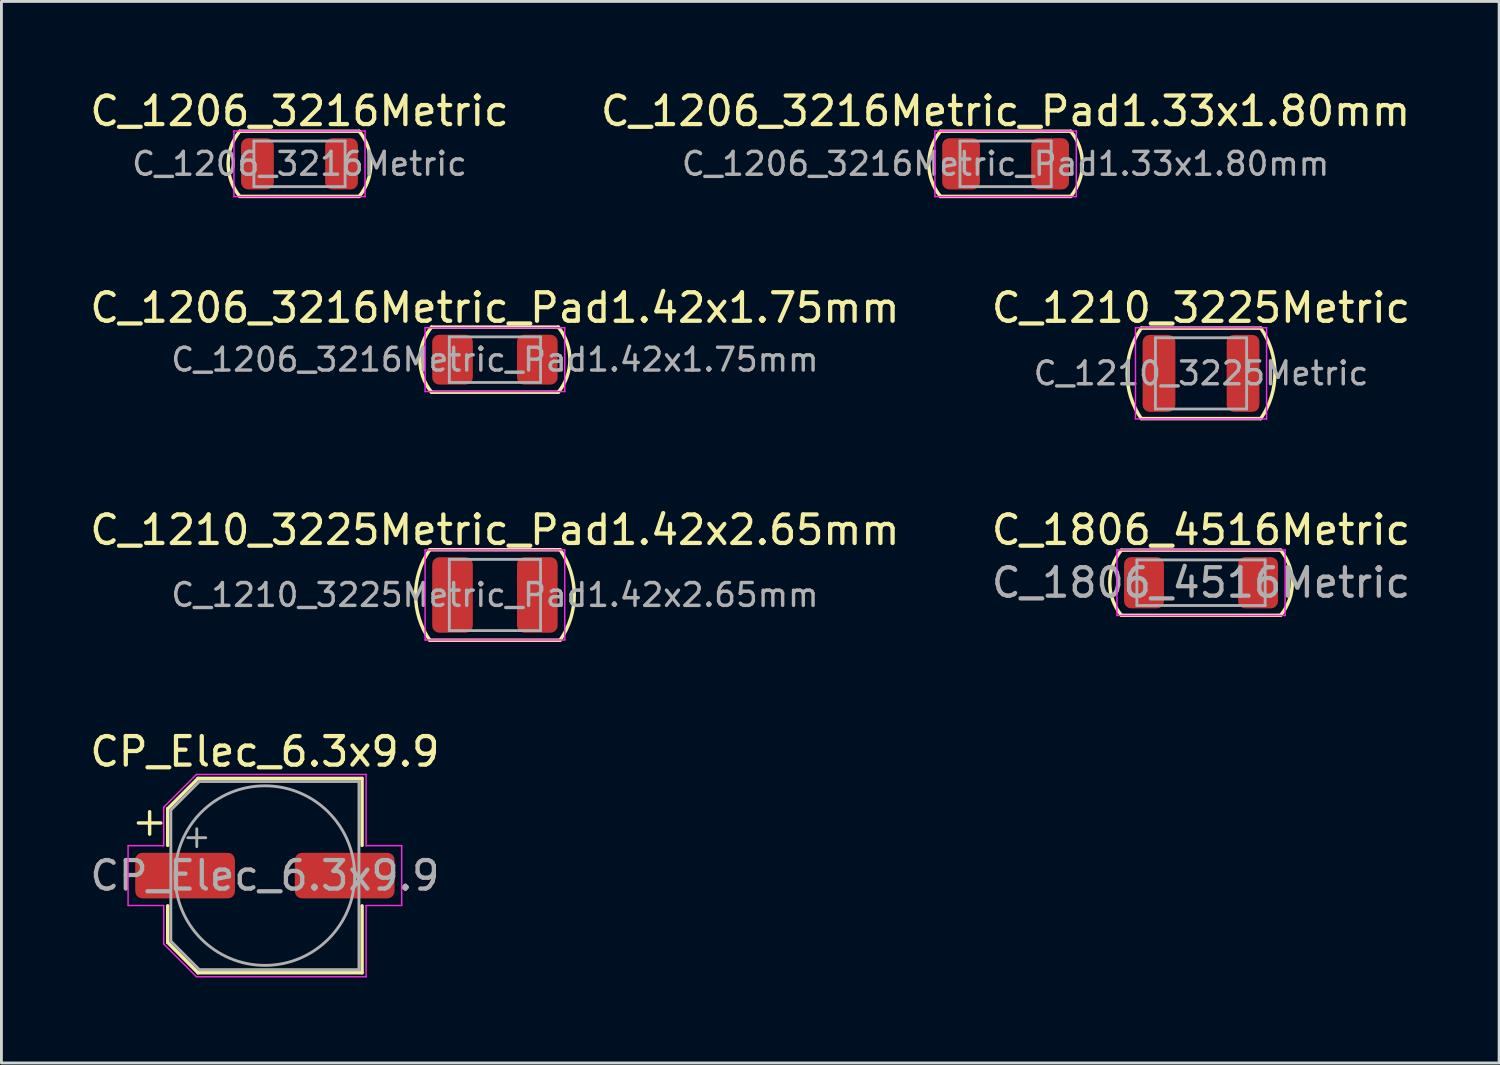
<source format=kicad_pcb>
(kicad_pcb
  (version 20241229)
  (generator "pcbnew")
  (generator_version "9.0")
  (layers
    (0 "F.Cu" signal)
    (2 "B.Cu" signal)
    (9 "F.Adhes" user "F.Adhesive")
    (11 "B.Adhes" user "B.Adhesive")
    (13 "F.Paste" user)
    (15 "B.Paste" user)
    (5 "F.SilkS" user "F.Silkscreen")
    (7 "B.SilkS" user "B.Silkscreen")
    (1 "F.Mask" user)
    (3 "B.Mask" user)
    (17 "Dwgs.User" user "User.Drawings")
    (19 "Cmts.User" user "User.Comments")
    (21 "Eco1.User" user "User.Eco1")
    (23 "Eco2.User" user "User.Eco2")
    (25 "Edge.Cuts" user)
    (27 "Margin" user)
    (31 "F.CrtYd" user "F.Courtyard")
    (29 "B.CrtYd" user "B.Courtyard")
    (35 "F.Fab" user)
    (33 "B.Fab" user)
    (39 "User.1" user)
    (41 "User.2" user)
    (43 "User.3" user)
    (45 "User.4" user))
  (footprint "C_1806_4516Metric"
    (layer "F.Cu")
    (at 39.089 17.395)
    (property "Reference" "C_1806_4516Metric" (at 0 -1.85 0) (layer "F.SilkS") (effects (font (size 1 1) (thickness 0.15))))
    (attr smd)
    (fp_line (start -2.794 1.143) (end 2.794 1.143) (stroke (width 0.12) (type solid)) (layer "F.SilkS"))
    (fp_line (start 2.794 -1.143) (end -2.794 -1.143) (stroke (width 0.12) (type solid)) (layer "F.SilkS"))
    (fp_arc (start -2.794 1.143) (mid -3.202009 0) (end -2.794 -1.143) (stroke (width 0.12) (type solid)) (layer "F.SilkS"))
    (fp_arc (start 2.794 -1.143) (mid 3.202009 0) (end 2.794 1.143) (stroke (width 0.12) (type solid)) (layer "F.SilkS"))
    (fp_line (start -2.95 -1.15) (end 2.95 -1.15) (stroke (width 0.05) (type solid)) (layer "F.CrtYd"))
    (fp_line (start -2.95 1.15) (end -2.95 -1.15) (stroke (width 0.05) (type solid)) (layer "F.CrtYd"))
    (fp_line (start 2.95 -1.15) (end 2.95 1.15) (stroke (width 0.05) (type solid)) (layer "F.CrtYd"))
    (fp_line (start 2.95 1.15) (end -2.95 1.15) (stroke (width 0.05) (type solid)) (layer "F.CrtYd"))
    (fp_line (start -2.25 -0.8) (end 2.25 -0.8) (stroke (width 0.1) (type solid)) (layer "F.Fab"))
    (fp_line (start -2.25 0.8) (end -2.25 -0.8) (stroke (width 0.1) (type solid)) (layer "F.Fab"))
    (fp_line (start 2.25 -0.8) (end 2.25 0.8) (stroke (width 0.1) (type solid)) (layer "F.Fab"))
    (fp_line (start 2.25 0.8) (end -2.25 0.8) (stroke (width 0.1) (type solid)) (layer "F.Fab"))
    (fp_text user "${REFERENCE}" (at 0 0 0) (layer "F.Fab") (effects (font (size 1 1) (thickness 0.15))))
    (pad "1" smd roundrect (at -2 0) (size 1.4 1.8) (layers "F.Cu" "F.Mask" "F.Paste") (roundrect_rratio 0.179))
    (pad "2" smd roundrect (at 2 0) (size 1.4 1.8) (layers "F.Cu" "F.Mask" "F.Paste") (roundrect_rratio 0.179)))
  (footprint "C_1206_3216Metric"
    (layer "F.Cu")
    (at 7.458 2.698)
    (property "Reference" "C_1206_3216Metric" (at 0 -1.85 0) (layer "F.SilkS") (effects (font (size 1 1) (thickness 0.15))))
    (attr smd)
    (fp_line (start -2.095 1.143) (end 2.095 1.143) (stroke (width 0.12) (type solid)) (layer "F.SilkS"))
    (fp_line (start 2.095 -1.143) (end -2.095 -1.143) (stroke (width 0.12) (type solid)) (layer "F.SilkS"))
    (fp_arc (start -2.0955 1.143) (mid -2.503509 0) (end -2.0955 -1.143) (stroke (width 0.12) (type solid)) (layer "F.SilkS"))
    (fp_arc (start 2.0955 -1.143) (mid 2.503509 0) (end 2.0955 1.143) (stroke (width 0.12) (type solid)) (layer "F.SilkS"))
    (fp_line (start -2.3 -1.15) (end 2.3 -1.15) (stroke (width 0.05) (type solid)) (layer "F.CrtYd"))
    (fp_line (start -2.3 1.15) (end -2.3 -1.15) (stroke (width 0.05) (type solid)) (layer "F.CrtYd"))
    (fp_line (start 2.3 -1.15) (end 2.3 1.15) (stroke (width 0.05) (type solid)) (layer "F.CrtYd"))
    (fp_line (start 2.3 1.15) (end -2.3 1.15) (stroke (width 0.05) (type solid)) (layer "F.CrtYd"))
    (fp_line (start -1.6 -0.8) (end 1.6 -0.8) (stroke (width 0.1) (type solid)) (layer "F.Fab"))
    (fp_line (start -1.6 0.8) (end -1.6 -0.8) (stroke (width 0.1) (type solid)) (layer "F.Fab"))
    (fp_line (start 1.6 -0.8) (end 1.6 0.8) (stroke (width 0.1) (type solid)) (layer "F.Fab"))
    (fp_line (start 1.6 0.8) (end -1.6 0.8) (stroke (width 0.1) (type solid)) (layer "F.Fab"))
    (fp_text user "${REFERENCE}" (at 0 0 0) (layer "F.Fab") (effects (font (size 0.8 0.8) (thickness 0.12))))
    (pad "1" smd roundrect (at -1.475 0) (size 1.15 1.8) (layers "F.Cu" "F.Mask" "F.Paste") (roundrect_rratio 0.217))
    (pad "2" smd roundrect (at 1.475 0) (size 1.15 1.8) (layers "F.Cu" "F.Mask" "F.Paste") (roundrect_rratio 0.217)))
  (footprint "C_1210_3225Metric_Pad1.42x2.65mm"
    (layer "F.Cu")
    (at 14.315 17.825)
    (property "Reference" "C_1210_3225Metric_Pad1.42x2.65mm" (at 0 -2.28 0) (layer "F.SilkS") (effects (font (size 1 1) (thickness 0.15))))
    (attr smd)
    (fp_line (start -2.286 1.587) (end 2.286 1.587) (stroke (width 0.12) (type solid)) (layer "F.SilkS"))
    (fp_line (start 2.286 -1.587) (end -2.286 -1.587) (stroke (width 0.12) (type solid)) (layer "F.SilkS"))
    (fp_arc (start -2.286 1.5875) (mid -2.783155 0) (end -2.286 -1.5875) (stroke (width 0.12) (type solid)) (layer "F.SilkS"))
    (fp_arc (start 2.286 -1.5875) (mid 2.783155 0) (end 2.286 1.5875) (stroke (width 0.12) (type solid)) (layer "F.SilkS"))
    (fp_line (start -2.45 -1.58) (end 2.45 -1.58) (stroke (width 0.05) (type solid)) (layer "F.CrtYd"))
    (fp_line (start -2.45 1.58) (end -2.45 -1.58) (stroke (width 0.05) (type solid)) (layer "F.CrtYd"))
    (fp_line (start 2.45 -1.58) (end 2.45 1.58) (stroke (width 0.05) (type solid)) (layer "F.CrtYd"))
    (fp_line (start 2.45 1.58) (end -2.45 1.58) (stroke (width 0.05) (type solid)) (layer "F.CrtYd"))
    (fp_line (start -1.6 -1.25) (end 1.6 -1.25) (stroke (width 0.1) (type solid)) (layer "F.Fab"))
    (fp_line (start -1.6 1.25) (end -1.6 -1.25) (stroke (width 0.1) (type solid)) (layer "F.Fab"))
    (fp_line (start 1.6 -1.25) (end 1.6 1.25) (stroke (width 0.1) (type solid)) (layer "F.Fab"))
    (fp_line (start 1.6 1.25) (end -1.6 1.25) (stroke (width 0.1) (type solid)) (layer "F.Fab"))
    (fp_text user "${REFERENCE}" (at 0 0 0) (layer "F.Fab") (effects (font (size 0.8 0.8) (thickness 0.12))))
    (pad "1" smd roundrect (at -1.488 0) (size 1.425 2.65) (layers "F.Cu" "F.Mask" "F.Paste") (roundrect_rratio 0.175))
    (pad "2" smd roundrect (at 1.488 0) (size 1.425 2.65) (layers "F.Cu" "F.Mask" "F.Paste") (roundrect_rratio 0.175)))
  (footprint "C_1206_3216Metric_Pad1.33x1.80mm"
    (layer "F.Cu")
    (at 32.232 2.698)
    (property "Reference" "C_1206_3216Metric_Pad1.33x1.80mm" (at 0 -1.85 0) (layer "F.SilkS") (effects (font (size 1 1) (thickness 0.15))))
    (attr smd)
    (fp_line (start -2.286 1.143) (end 2.286 1.143) (stroke (width 0.12) (type solid)) (layer "F.SilkS"))
    (fp_line (start 2.286 -1.143) (end -2.286 -1.143) (stroke (width 0.12) (type solid)) (layer "F.SilkS"))
    (fp_arc (start -2.286 1.143) (mid -2.694009 0) (end -2.286 -1.143) (stroke (width 0.12) (type solid)) (layer "F.SilkS"))
    (fp_arc (start 2.286 -1.143) (mid 2.694009 0) (end 2.286 1.143) (stroke (width 0.12) (type solid)) (layer "F.SilkS"))
    (fp_line (start -2.48 -1.15) (end 2.48 -1.15) (stroke (width 0.05) (type solid)) (layer "F.CrtYd"))
    (fp_line (start -2.48 1.15) (end -2.48 -1.15) (stroke (width 0.05) (type solid)) (layer "F.CrtYd"))
    (fp_line (start 2.48 -1.15) (end 2.48 1.15) (stroke (width 0.05) (type solid)) (layer "F.CrtYd"))
    (fp_line (start 2.48 1.15) (end -2.48 1.15) (stroke (width 0.05) (type solid)) (layer "F.CrtYd"))
    (fp_line (start -1.6 -0.8) (end 1.6 -0.8) (stroke (width 0.1) (type solid)) (layer "F.Fab"))
    (fp_line (start -1.6 0.8) (end -1.6 -0.8) (stroke (width 0.1) (type solid)) (layer "F.Fab"))
    (fp_line (start 1.6 -0.8) (end 1.6 0.8) (stroke (width 0.1) (type solid)) (layer "F.Fab"))
    (fp_line (start 1.6 0.8) (end -1.6 0.8) (stroke (width 0.1) (type solid)) (layer "F.Fab"))
    (fp_text user "${REFERENCE}" (at 0 0 0) (layer "F.Fab") (effects (font (size 0.8 0.8) (thickness 0.12))))
    (pad "1" smd roundrect (at -1.562 0) (size 1.325 1.8) (layers "F.Cu" "F.Mask" "F.Paste") (roundrect_rratio 0.189))
    (pad "2" smd roundrect (at 1.562 0) (size 1.325 1.8) (layers "F.Cu" "F.Mask" "F.Paste") (roundrect_rratio 0.189)))
  (footprint "C_1210_3225Metric"
    (layer "F.Cu")
    (at 39.089 10.05)
    (property "Reference" "C_1210_3225Metric" (at 0 -2.3 0) (layer "F.SilkS") (effects (font (size 1 1) (thickness 0.15))))
    (attr smd)
    (fp_line (start -2.095 1.587) (end 2.095 1.587) (stroke (width 0.12) (type solid)) (layer "F.SilkS"))
    (fp_line (start 2.095 -1.587) (end -2.095 -1.587) (stroke (width 0.12) (type solid)) (layer "F.SilkS"))
    (fp_arc (start -2.0955 1.5875) (mid -2.592655 0) (end -2.0955 -1.5875) (stroke (width 0.12) (type solid)) (layer "F.SilkS"))
    (fp_arc (start 2.0955 -1.5875) (mid 2.592655 0) (end 2.0955 1.5875) (stroke (width 0.12) (type solid)) (layer "F.SilkS"))
    (fp_line (start -2.3 -1.6) (end 2.3 -1.6) (stroke (width 0.05) (type solid)) (layer "F.CrtYd"))
    (fp_line (start -2.3 1.6) (end -2.3 -1.6) (stroke (width 0.05) (type solid)) (layer "F.CrtYd"))
    (fp_line (start 2.3 -1.6) (end 2.3 1.6) (stroke (width 0.05) (type solid)) (layer "F.CrtYd"))
    (fp_line (start 2.3 1.6) (end -2.3 1.6) (stroke (width 0.05) (type solid)) (layer "F.CrtYd"))
    (fp_line (start -1.6 -1.25) (end 1.6 -1.25) (stroke (width 0.1) (type solid)) (layer "F.Fab"))
    (fp_line (start -1.6 1.25) (end -1.6 -1.25) (stroke (width 0.1) (type solid)) (layer "F.Fab"))
    (fp_line (start 1.6 -1.25) (end 1.6 1.25) (stroke (width 0.1) (type solid)) (layer "F.Fab"))
    (fp_line (start 1.6 1.25) (end -1.6 1.25) (stroke (width 0.1) (type solid)) (layer "F.Fab"))
    (fp_text user "${REFERENCE}" (at 0 0 0) (layer "F.Fab") (effects (font (size 0.8 0.8) (thickness 0.12))))
    (pad "1" smd roundrect (at -1.475 0) (size 1.15 2.7) (layers "F.Cu" "F.Mask" "F.Paste") (roundrect_rratio 0.217))
    (pad "2" smd roundrect (at 1.475 0) (size 1.15 2.7) (layers "F.Cu" "F.Mask" "F.Paste") (roundrect_rratio 0.217)))
  (footprint "CP_Elec_6.3x9.9"
    (layer "F.Cu")
    (at 6.244 27.671)
    (property "Reference" "CP_Elec_6.3x9.9" (at 0 -4.35 0) (layer "F.SilkS") (effects (font (size 1 1) (thickness 0.15))))
    (attr smd)
    (fp_line (start -4.438 -1.847) (end -3.65 -1.847) (stroke (width 0.12) (type solid)) (layer "F.SilkS"))
    (fp_line (start -4.044 -2.241) (end -4.044 -1.454) (stroke (width 0.12) (type solid)) (layer "F.SilkS"))
    (fp_line (start -3.41 -2.346) (end -3.41 -1.06) (stroke (width 0.12) (type solid)) (layer "F.SilkS"))
    (fp_line (start -3.41 -2.346) (end -2.346 -3.41) (stroke (width 0.12) (type solid)) (layer "F.SilkS"))
    (fp_line (start -3.41 2.346) (end -3.41 1.06) (stroke (width 0.12) (type solid)) (layer "F.SilkS"))
    (fp_line (start -3.41 2.346) (end -2.346 3.41) (stroke (width 0.12) (type solid)) (layer "F.SilkS"))
    (fp_line (start -2.346 -3.41) (end 3.41 -3.41) (stroke (width 0.12) (type solid)) (layer "F.SilkS"))
    (fp_line (start -2.346 3.41) (end 3.41 3.41) (stroke (width 0.12) (type solid)) (layer "F.SilkS"))
    (fp_line (start 3.41 -3.41) (end 3.41 -1.06) (stroke (width 0.12) (type solid)) (layer "F.SilkS"))
    (fp_line (start 3.41 3.41) (end 3.41 1.06) (stroke (width 0.12) (type solid)) (layer "F.SilkS"))
    (fp_line (start -4.8 -1.05) (end -4.8 1.05) (stroke (width 0.05) (type solid)) (layer "F.CrtYd"))
    (fp_line (start -4.8 1.05) (end -3.55 1.05) (stroke (width 0.05) (type solid)) (layer "F.CrtYd"))
    (fp_line (start -3.55 -2.4) (end -3.55 -1.05) (stroke (width 0.05) (type solid)) (layer "F.CrtYd"))
    (fp_line (start -3.55 -2.4) (end -2.4 -3.55) (stroke (width 0.05) (type solid)) (layer "F.CrtYd"))
    (fp_line (start -3.55 -1.05) (end -4.8 -1.05) (stroke (width 0.05) (type solid)) (layer "F.CrtYd"))
    (fp_line (start -3.55 1.05) (end -3.55 2.4) (stroke (width 0.05) (type solid)) (layer "F.CrtYd"))
    (fp_line (start -3.55 2.4) (end -2.4 3.55) (stroke (width 0.05) (type solid)) (layer "F.CrtYd"))
    (fp_line (start -2.4 -3.55) (end 3.55 -3.55) (stroke (width 0.05) (type solid)) (layer "F.CrtYd"))
    (fp_line (start -2.4 3.55) (end 3.55 3.55) (stroke (width 0.05) (type solid)) (layer "F.CrtYd"))
    (fp_line (start 3.55 -3.55) (end 3.55 -1.05) (stroke (width 0.05) (type solid)) (layer "F.CrtYd"))
    (fp_line (start 3.55 -1.05) (end 4.8 -1.05) (stroke (width 0.05) (type solid)) (layer "F.CrtYd"))
    (fp_line (start 3.55 1.05) (end 3.55 3.55) (stroke (width 0.05) (type solid)) (layer "F.CrtYd"))
    (fp_line (start 4.8 -1.05) (end 4.8 1.05) (stroke (width 0.05) (type solid)) (layer "F.CrtYd"))
    (fp_line (start 4.8 1.05) (end 3.55 1.05) (stroke (width 0.05) (type solid)) (layer "F.CrtYd"))
    (fp_line (start -3.3 -2.3) (end -3.3 2.3) (stroke (width 0.1) (type solid)) (layer "F.Fab"))
    (fp_line (start -3.3 -2.3) (end -2.3 -3.3) (stroke (width 0.1) (type solid)) (layer "F.Fab"))
    (fp_line (start -3.3 2.3) (end -2.3 3.3) (stroke (width 0.1) (type solid)) (layer "F.Fab"))
    (fp_line (start -2.705 -1.33) (end -2.075 -1.33) (stroke (width 0.1) (type solid)) (layer "F.Fab"))
    (fp_line (start -2.39 -1.645) (end -2.39 -1.015) (stroke (width 0.1) (type solid)) (layer "F.Fab"))
    (fp_line (start -2.3 -3.3) (end 3.3 -3.3) (stroke (width 0.1) (type solid)) (layer "F.Fab"))
    (fp_line (start -2.3 3.3) (end 3.3 3.3) (stroke (width 0.1) (type solid)) (layer "F.Fab"))
    (fp_line (start 3.3 -3.3) (end 3.3 3.3) (stroke (width 0.1) (type solid)) (layer "F.Fab"))
    (fp_circle (center 0 0) (end 3.15 0) (stroke (width 0.1) (type solid)) (fill no) (layer "F.Fab"))
    (fp_text user "${REFERENCE}" (at 0 0 0) (layer "F.Fab") (effects (font (size 1 1) (thickness 0.15))))
    (pad "1" smd roundrect (at -2.8 0) (size 3.5 1.6) (layers "F.Cu" "F.Mask" "F.Paste") (roundrect_rratio 0.156))
    (pad "2" smd roundrect (at 2.8 0) (size 3.5 1.6) (layers "F.Cu" "F.Mask" "F.Paste") (roundrect_rratio 0.156)))
  (footprint "C_1206_3216Metric_Pad1.42x1.75mm"
    (layer "F.Cu")
    (at 14.315 9.569)
    (property "Reference" "C_1206_3216Metric_Pad1.42x1.75mm" (at 0 -1.82 0) (layer "F.SilkS") (effects (font (size 1 1) (thickness 0.15))))
    (attr smd)
    (fp_line (start -2.223 1.143) (end 2.223 1.143) (stroke (width 0.12) (type solid)) (layer "F.SilkS"))
    (fp_line (start 2.223 -1.143) (end -2.223 -1.143) (stroke (width 0.12) (type solid)) (layer "F.SilkS"))
    (fp_arc (start -2.2225 1.143) (mid -2.630509 0) (end -2.2225 -1.143) (stroke (width 0.12) (type solid)) (layer "F.SilkS"))
    (fp_arc (start 2.2225 -1.143) (mid 2.630509 0) (end 2.2225 1.143) (stroke (width 0.12) (type solid)) (layer "F.SilkS"))
    (fp_line (start -2.45 -1.12) (end 2.45 -1.12) (stroke (width 0.05) (type solid)) (layer "F.CrtYd"))
    (fp_line (start -2.45 1.12) (end -2.45 -1.12) (stroke (width 0.05) (type solid)) (layer "F.CrtYd"))
    (fp_line (start 2.45 -1.12) (end 2.45 1.12) (stroke (width 0.05) (type solid)) (layer "F.CrtYd"))
    (fp_line (start 2.45 1.12) (end -2.45 1.12) (stroke (width 0.05) (type solid)) (layer "F.CrtYd"))
    (fp_line (start -1.6 -0.8) (end 1.6 -0.8) (stroke (width 0.1) (type solid)) (layer "F.Fab"))
    (fp_line (start -1.6 0.8) (end -1.6 -0.8) (stroke (width 0.1) (type solid)) (layer "F.Fab"))
    (fp_line (start 1.6 -0.8) (end 1.6 0.8) (stroke (width 0.1) (type solid)) (layer "F.Fab"))
    (fp_line (start 1.6 0.8) (end -1.6 0.8) (stroke (width 0.1) (type solid)) (layer "F.Fab"))
    (fp_text user "${REFERENCE}" (at 0 0 0) (layer "F.Fab") (effects (font (size 0.8 0.8) (thickness 0.12))))
    (pad "1" smd roundrect (at -1.488 0) (size 1.425 1.75) (layers "F.Cu" "F.Mask" "F.Paste") (roundrect_rratio 0.175))
    (pad "2" smd roundrect (at 1.488 0) (size 1.425 1.75) (layers "F.Cu" "F.Mask" "F.Paste") (roundrect_rratio 0.175)))
  (gr_rect
    (start -3 -3)
    (end 49.548 34.246)
    (stroke (width 0.1) (type default))
    (fill no)
    (layer "Edge.Cuts")))
</source>
